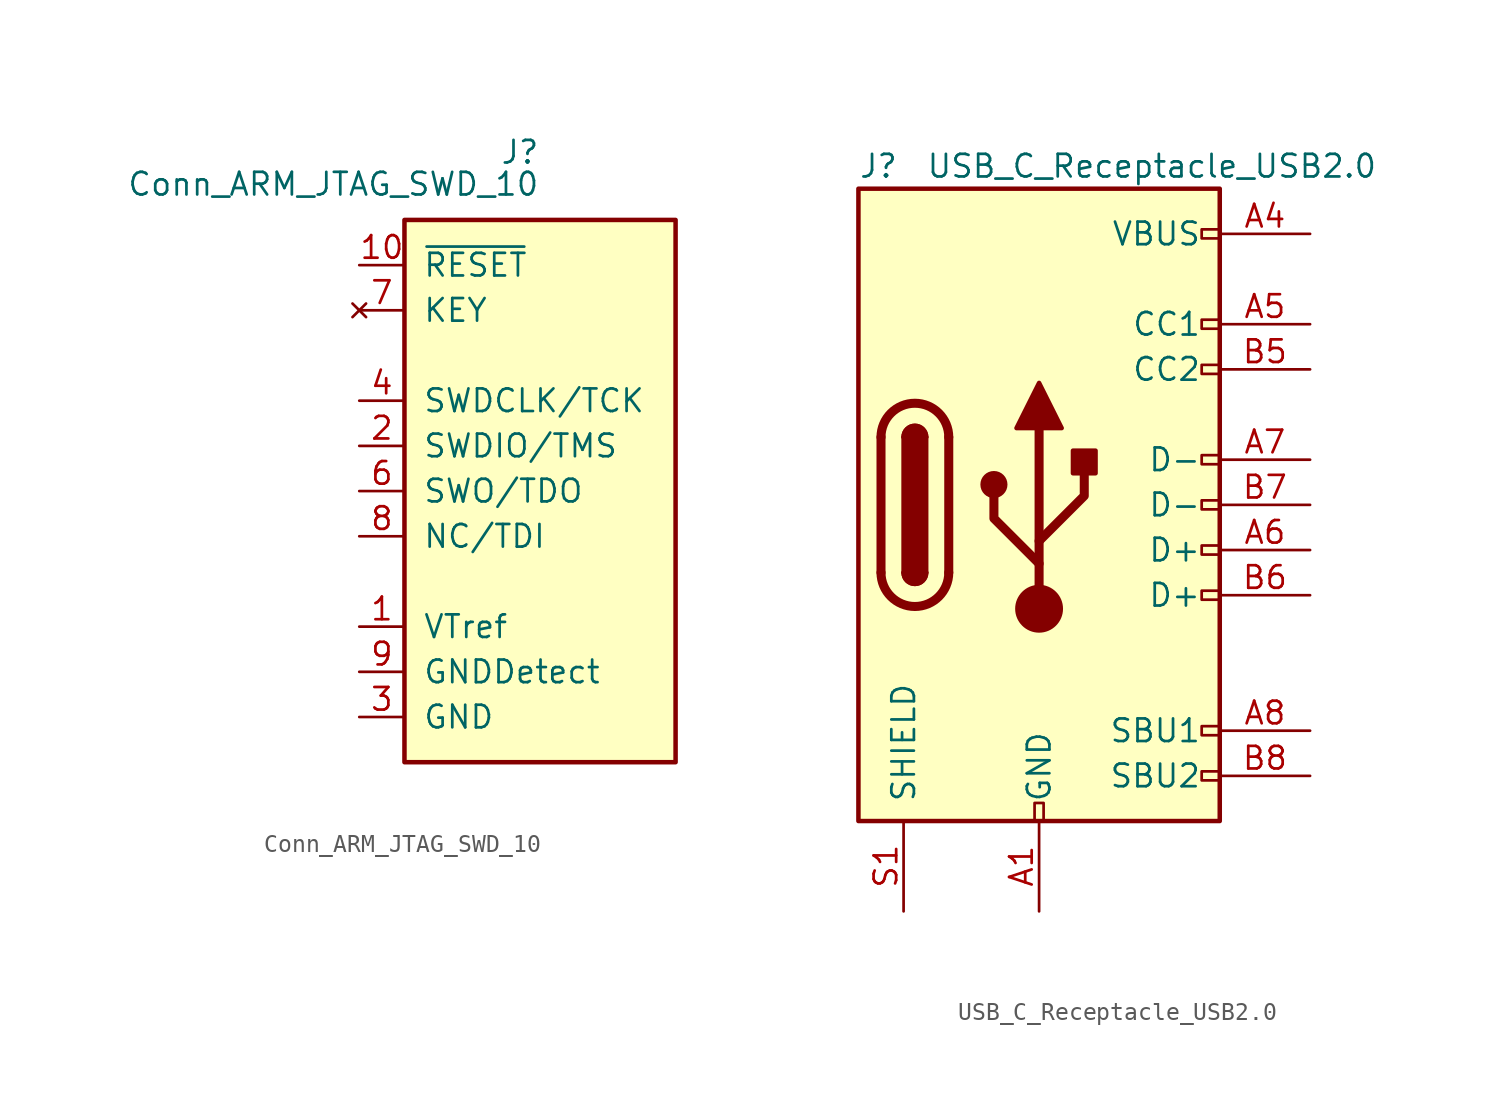
<source format=kicad_sym>
(kicad_symbol_lib
  (version 20220914)
  (generator kicad_symbol_editor)
  (symbol "Conn_ARM_JTAG_SWD_10"
    (pin_names
      (offset 1.016))
    (property "Reference" "J"
      (at -2.54 16.51 0)
      (effects (font (size 1.27 1.27)) (justify right)))
    (property "Value" "Conn_ARM_JTAG_SWD_10"
      (at -2.54 13.97 0)
      (effects (font (size 1.27 1.27)) (justify right bottom)))
    (symbol "Conn_ARM_JTAG_SWD_10_0_1"
      (rectangle (start -10.16 12.7) (end 5.08 -17.78) (stroke (width 0.254) (type default)) (fill (type background))))
    (symbol "Conn_ARM_JTAG_SWD_10_1_1"
      (pin power_in line (at -12.7 -10.16 0) (length 2.54) (name "VTref" (effects (font (size 1.27 1.27)))) (number "1" (effects (font (size 1.27 1.27)))))
      (pin open_collector line (at -12.7 10.16 0) (length 2.54) (name "~{RESET}" (effects (font (size 1.27 1.27)))) (number "10" (effects (font (size 1.27 1.27)))))
      (pin bidirectional line (at -12.7 0 0) (length 2.54) (name "SWDIO/TMS" (effects (font (size 1.27 1.27)))) (number "2" (effects (font (size 1.27 1.27)))))
      (pin power_in line (at -12.7 -15.24 0) (length 2.54) (name "GND" (effects (font (size 1.27 1.27)))) (number "3" (effects (font (size 1.27 1.27)))))
      (pin output line (at -12.7 2.54 0) (length 2.54) (name "SWDCLK/TCK" (effects (font (size 1.27 1.27)))) (number "4" (effects (font (size 1.27 1.27)))))
      (pin passive line (at -12.7 -15.24 0) (length 2.54) hide (name "GND" (effects (font (size 1.27 1.27)))) (number "5" (effects (font (size 1.27 1.27)))))
      (pin input line (at -12.7 -2.54 0) (length 2.54) (name "SWO/TDO" (effects (font (size 1.27 1.27)))) (number "6" (effects (font (size 1.27 1.27)))))
      (pin no_connect line (at -12.7 7.62 0) (length 2.54) (name "KEY" (effects (font (size 1.27 1.27)))) (number "7" (effects (font (size 1.27 1.27)))))
      (pin output line (at -12.7 -5.08 0) (length 2.54) (name "NC/TDI" (effects (font (size 1.27 1.27)))) (number "8" (effects (font (size 1.27 1.27)))))
      (pin passive line (at -12.7 -12.7 0) (length 2.54) (name "GNDDetect" (effects (font (size 1.27 1.27)))) (number "9" (effects (font (size 1.27 1.27)))))))
  (symbol "USB_C_Receptacle_USB2.0"
    (pin_names
      (offset 1.016))
    (property "Reference" "J"
      (at -10.16 19.05 0)
      (effects (font (size 1.27 1.27)) (justify left)))
    (property "Value" "USB_C_Receptacle_USB2.0"
      (at 19.05 19.05 0)
      (effects (font (size 1.27 1.27)) (justify right)))
    (symbol "USB_C_Receptacle_USB2.0_0_0"
      (rectangle (start -0.254 -17.78) (end 0.254 -16.764) (stroke (width 0) (type default)) (fill (type none)))
      (rectangle (start 10.16 -14.986) (end 9.144 -15.494) (stroke (width 0) (type default)) (fill (type none)))
      (rectangle (start 10.16 -12.446) (end 9.144 -12.954) (stroke (width 0) (type default)) (fill (type none)))
      (rectangle (start 10.16 -4.826) (end 9.144 -5.334) (stroke (width 0) (type default)) (fill (type none)))
      (rectangle (start 10.16 -2.286) (end 9.144 -2.794) (stroke (width 0) (type default)) (fill (type none)))
      (rectangle (start 10.16 0.254) (end 9.144 -0.254) (stroke (width 0) (type default)) (fill (type none)))
      (rectangle (start 10.16 2.794) (end 9.144 2.286) (stroke (width 0) (type default)) (fill (type none)))
      (rectangle (start 10.16 7.874) (end 9.144 7.366) (stroke (width 0) (type default)) (fill (type none)))
      (rectangle (start 10.16 10.414) (end 9.144 9.906) (stroke (width 0) (type default)) (fill (type none)))
      (rectangle (start 10.16 15.494) (end 9.144 14.986) (stroke (width 0) (type default)) (fill (type none))))
    (symbol "USB_C_Receptacle_USB2.0_0_1"
      (rectangle (start -10.16 17.78) (end 10.16 -17.78) (stroke (width 0.254) (type default)) (fill (type background)))
      (arc (start -8.89 -3.81) (mid -6.985 -5.7067) (end -5.08 -3.81) (stroke (width 0.508) (type default)) (fill (type none)))
      (arc (start -7.62 -3.81) (mid -6.985 -4.4423) (end -6.35 -3.81) (stroke (width 0.254) (type default)) (fill (type none)))
      (arc (start -7.62 -3.81) (mid -6.985 -4.4423) (end -6.35 -3.81) (stroke (width 0.254) (type default)) (fill (type outline)))
      (rectangle (start -7.62 -3.81) (end -6.35 3.81) (stroke (width 0.254) (type default)) (fill (type outline)))
      (arc (start -6.35 3.81) (mid -6.985 4.4423) (end -7.62 3.81) (stroke (width 0.254) (type default)) (fill (type none)))
      (arc (start -6.35 3.81) (mid -6.985 4.4423) (end -7.62 3.81) (stroke (width 0.254) (type default)) (fill (type outline)))
      (arc (start -5.08 3.81) (mid -6.985 5.7067) (end -8.89 3.81) (stroke (width 0.508) (type default)) (fill (type none)))
      (circle (center -2.54 1.143) (radius 0.635) (stroke (width 0.254) (type default)) (fill (type outline)))
      (circle (center 0 -5.842) (radius 1.27) (stroke (width 0) (type default)) (fill (type outline)))
      (polyline (pts (xy -8.89 -3.81) (xy -8.89 3.81)) (stroke (width 0.508) (type default)) (fill (type none)))
      (polyline (pts (xy -5.08 3.81) (xy -5.08 -3.81)) (stroke (width 0.508) (type default)) (fill (type none)))
      (polyline (pts (xy 0 -5.842) (xy 0 4.318)) (stroke (width 0.508) (type default)) (fill (type none)))
      (polyline (pts (xy 0 -3.302) (xy -2.54 -0.762) (xy -2.54 0.508)) (stroke (width 0.508) (type default)) (fill (type none)))
      (polyline (pts (xy 0 -2.032) (xy 2.54 0.508) (xy 2.54 1.778)) (stroke (width 0.508) (type default)) (fill (type none)))
      (polyline (pts (xy -1.27 4.318) (xy 0 6.858) (xy 1.27 4.318) (xy -1.27 4.318)) (stroke (width 0.254) (type default)) (fill (type outline)))
      (rectangle (start 1.905 1.778) (end 3.175 3.048) (stroke (width 0.254) (type default)) (fill (type outline))))
    (symbol "USB_C_Receptacle_USB2.0_1_1"
      (pin power_in line (at 0 -22.86 90) (length 5.08) (name "GND" (effects (font (size 1.27 1.27)))) (number "A1" (effects (font (size 1.27 1.27)))))
      (pin power_in line (at 15.24 15.24 180) (length 5.08) (name "VBUS" (effects (font (size 1.27 1.27)))) (number "A4" (effects (font (size 1.27 1.27)))))
      (pin bidirectional line (at 15.24 10.16 180) (length 5.08) (name "CC1" (effects (font (size 1.27 1.27)))) (number "A5" (effects (font (size 1.27 1.27)))))
      (pin bidirectional line (at 15.24 -2.54 180) (length 5.08) (name "D+" (effects (font (size 1.27 1.27)))) (number "A6" (effects (font (size 1.27 1.27)))))
      (pin bidirectional line (at 15.24 2.54 180) (length 5.08) (name "D-" (effects (font (size 1.27 1.27)))) (number "A7" (effects (font (size 1.27 1.27)))))
      (pin bidirectional line (at 15.24 -12.7 180) (length 5.08) (name "SBU1" (effects (font (size 1.27 1.27)))) (number "A8" (effects (font (size 1.27 1.27)))))
      (pin passive line (at 0 -22.86 90) (length 5.08) hide (name "GND" (effects (font (size 1.27 1.27)))) (number "B1" (effects (font (size 1.27 1.27)))))
      (pin passive line (at 15.24 15.24 180) (length 5.08) hide (name "VBUS" (effects (font (size 1.27 1.27)))) (number "B4" (effects (font (size 1.27 1.27)))))
      (pin bidirectional line (at 15.24 7.62 180) (length 5.08) (name "CC2" (effects (font (size 1.27 1.27)))) (number "B5" (effects (font (size 1.27 1.27)))))
      (pin bidirectional line (at 15.24 -5.08 180) (length 5.08) (name "D+" (effects (font (size 1.27 1.27)))) (number "B6" (effects (font (size 1.27 1.27)))))
      (pin bidirectional line (at 15.24 0 180) (length 5.08) (name "D-" (effects (font (size 1.27 1.27)))) (number "B7" (effects (font (size 1.27 1.27)))))
      (pin bidirectional line (at 15.24 -15.24 180) (length 5.08) (name "SBU2" (effects (font (size 1.27 1.27)))) (number "B8" (effects (font (size 1.27 1.27)))))
      (pin passive line (at -7.62 -22.86 90) (length 5.08) (name "SHIELD" (effects (font (size 1.27 1.27)))) (number "S1" (effects (font (size 1.27 1.27))))))))
</source>
